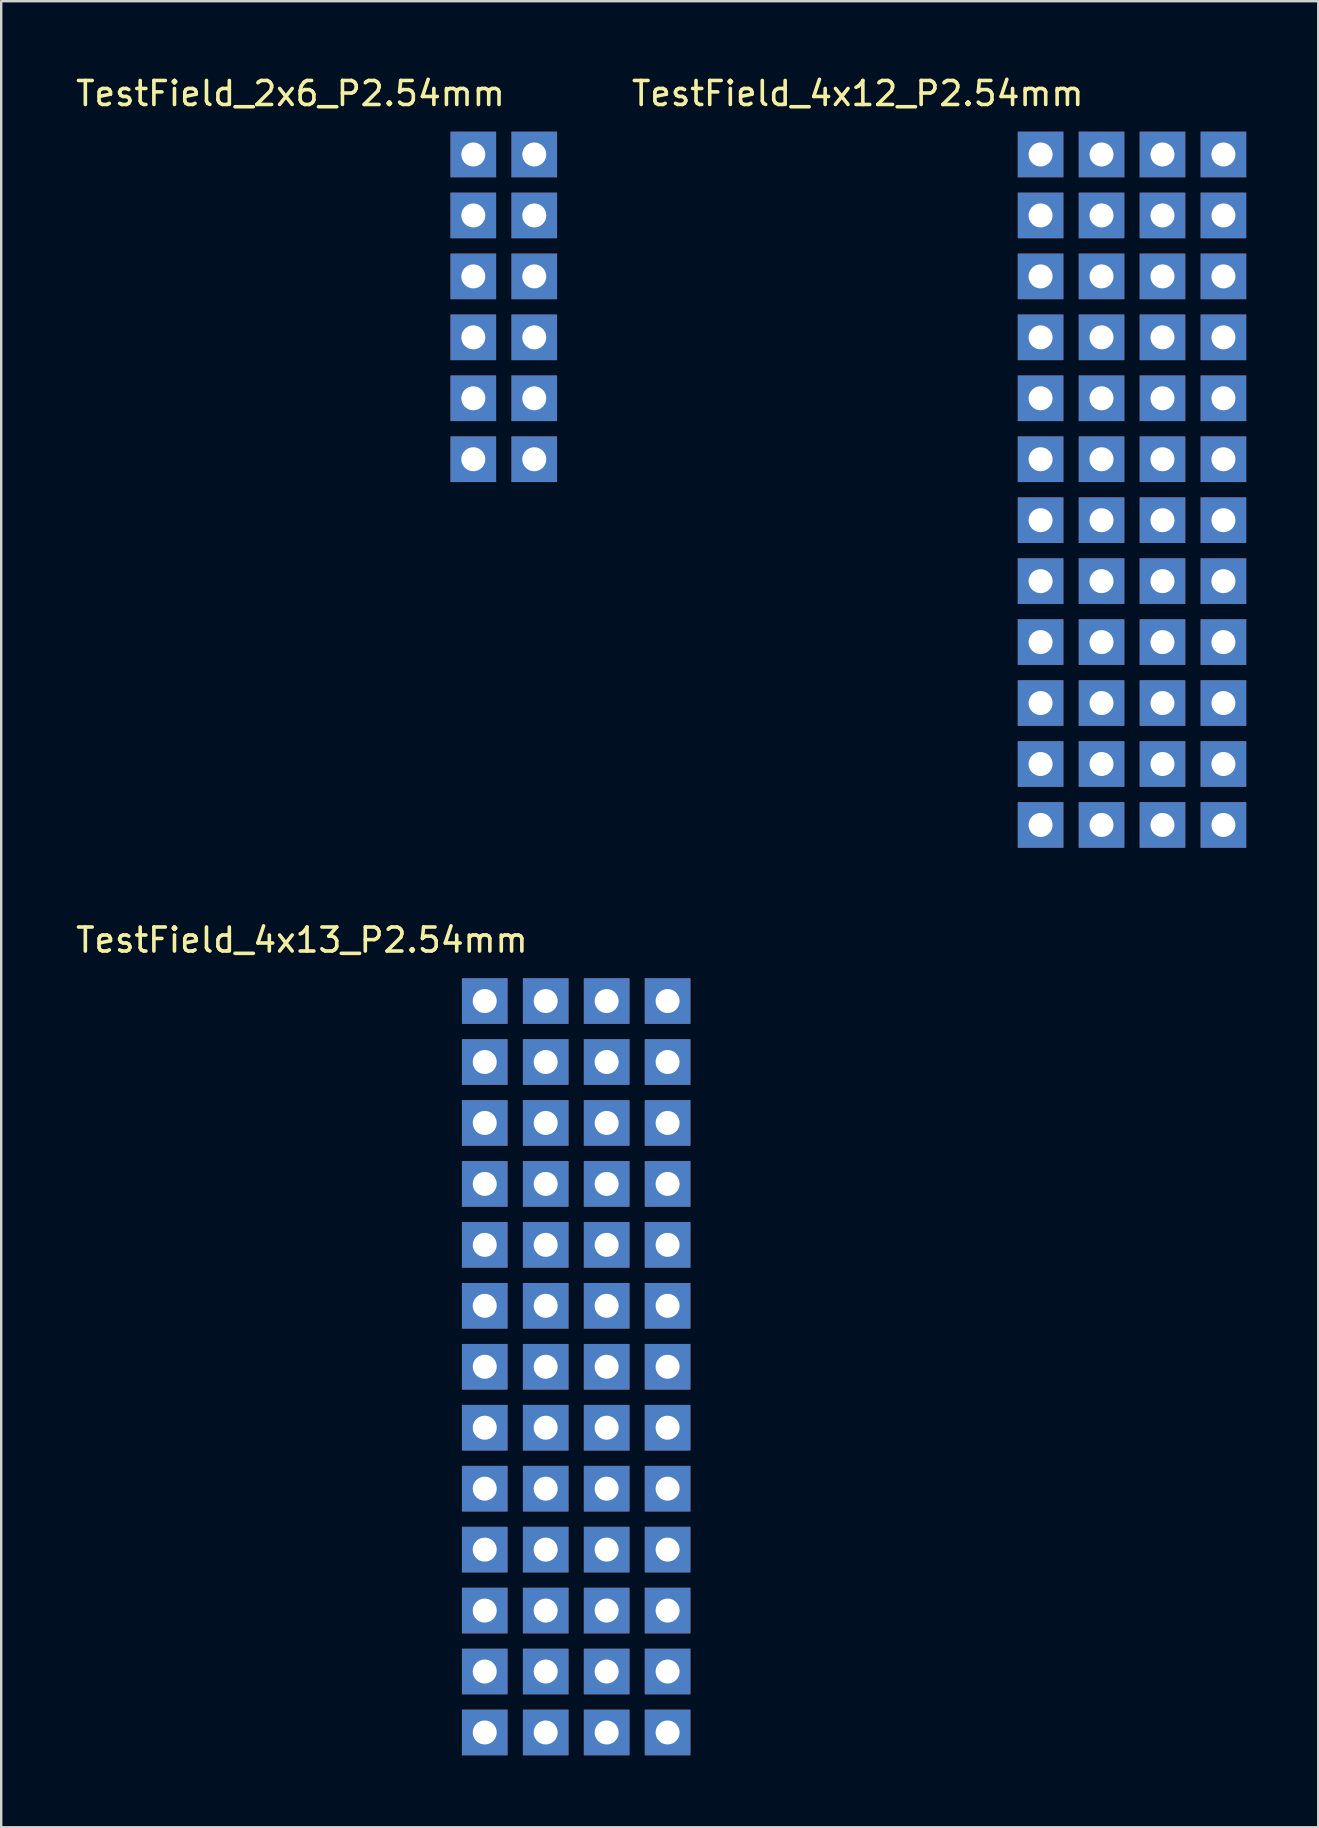
<source format=kicad_pcb>
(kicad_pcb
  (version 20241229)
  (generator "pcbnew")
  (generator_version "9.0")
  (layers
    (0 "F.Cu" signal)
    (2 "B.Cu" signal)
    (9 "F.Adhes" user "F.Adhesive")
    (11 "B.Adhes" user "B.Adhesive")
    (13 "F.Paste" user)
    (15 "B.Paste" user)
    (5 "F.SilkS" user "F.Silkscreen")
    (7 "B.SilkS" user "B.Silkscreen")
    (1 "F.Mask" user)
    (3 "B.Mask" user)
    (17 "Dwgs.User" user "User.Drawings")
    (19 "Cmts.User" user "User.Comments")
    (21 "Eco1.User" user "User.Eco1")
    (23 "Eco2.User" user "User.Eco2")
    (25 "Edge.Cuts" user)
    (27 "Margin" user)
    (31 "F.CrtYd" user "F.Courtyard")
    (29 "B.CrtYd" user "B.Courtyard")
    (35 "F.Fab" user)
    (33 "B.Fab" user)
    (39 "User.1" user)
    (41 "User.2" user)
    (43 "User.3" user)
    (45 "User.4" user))
  (footprint "TestField_4x13_P2.54mm"
    (layer "F.Cu")
    (at 17.15 38.666)
    (property "Reference" "TestField_4x13_P2.54mm" (at -7.62 -2.54 0) (layer "F.SilkS") (effects (font (size 1 1) (thickness 0.15))))
    (attr through_hole)
    (pad "" thru_hole rect (at 0 0) (size 1.9 1.9) (drill 1) (layers "*.Cu" "*.Mask"))
    (pad "" thru_hole rect (at 0 2.54) (size 1.9 1.9) (drill 1) (layers "*.Cu" "*.Mask"))
    (pad "" thru_hole rect (at 0 5.08) (size 1.9 1.9) (drill 1) (layers "*.Cu" "*.Mask"))
    (pad "" thru_hole rect (at 0 7.62) (size 1.9 1.9) (drill 1) (layers "*.Cu" "*.Mask"))
    (pad "" thru_hole rect (at 0 10.16) (size 1.9 1.9) (drill 1) (layers "*.Cu" "*.Mask"))
    (pad "" thru_hole rect (at 0 12.7) (size 1.9 1.9) (drill 1) (layers "*.Cu" "*.Mask"))
    (pad "" thru_hole rect (at 0 15.24) (size 1.9 1.9) (drill 1) (layers "*.Cu" "*.Mask"))
    (pad "" thru_hole rect (at 0 17.78) (size 1.9 1.9) (drill 1) (layers "*.Cu" "*.Mask"))
    (pad "" thru_hole rect (at 0 20.32) (size 1.9 1.9) (drill 1) (layers "*.Cu" "*.Mask"))
    (pad "" thru_hole rect (at 0 22.86) (size 1.9 1.9) (drill 1) (layers "*.Cu" "*.Mask"))
    (pad "" thru_hole rect (at 0 25.4) (size 1.9 1.9) (drill 1) (layers "*.Cu" "*.Mask"))
    (pad "" thru_hole rect (at 0 27.94) (size 1.9 1.9) (drill 1) (layers "*.Cu" "*.Mask"))
    (pad "" thru_hole rect (at 0 30.48) (size 1.9 1.9) (drill 1) (layers "*.Cu" "*.Mask"))
    (pad "" thru_hole rect (at 2.54 0) (size 1.9 1.9) (drill 1) (layers "*.Cu" "*.Mask"))
    (pad "" thru_hole rect (at 2.54 2.54) (size 1.9 1.9) (drill 1) (layers "*.Cu" "*.Mask"))
    (pad "" thru_hole rect (at 2.54 5.08) (size 1.9 1.9) (drill 1) (layers "*.Cu" "*.Mask"))
    (pad "" thru_hole rect (at 2.54 7.62) (size 1.9 1.9) (drill 1) (layers "*.Cu" "*.Mask"))
    (pad "" thru_hole rect (at 2.54 10.16) (size 1.9 1.9) (drill 1) (layers "*.Cu" "*.Mask"))
    (pad "" thru_hole rect (at 2.54 12.7) (size 1.9 1.9) (drill 1) (layers "*.Cu" "*.Mask"))
    (pad "" thru_hole rect (at 2.54 15.24) (size 1.9 1.9) (drill 1) (layers "*.Cu" "*.Mask"))
    (pad "" thru_hole rect (at 2.54 17.78) (size 1.9 1.9) (drill 1) (layers "*.Cu" "*.Mask"))
    (pad "" thru_hole rect (at 2.54 20.32) (size 1.9 1.9) (drill 1) (layers "*.Cu" "*.Mask"))
    (pad "" thru_hole rect (at 2.54 22.86) (size 1.9 1.9) (drill 1) (layers "*.Cu" "*.Mask"))
    (pad "" thru_hole rect (at 2.54 25.4) (size 1.9 1.9) (drill 1) (layers "*.Cu" "*.Mask"))
    (pad "" thru_hole rect (at 2.54 27.94) (size 1.9 1.9) (drill 1) (layers "*.Cu" "*.Mask"))
    (pad "" thru_hole rect (at 2.54 30.48) (size 1.9 1.9) (drill 1) (layers "*.Cu" "*.Mask"))
    (pad "" thru_hole rect (at 5.08 0) (size 1.9 1.9) (drill 1) (layers "*.Cu" "*.Mask"))
    (pad "" thru_hole rect (at 5.08 2.54) (size 1.9 1.9) (drill 1) (layers "*.Cu" "*.Mask"))
    (pad "" thru_hole rect (at 5.08 5.08) (size 1.9 1.9) (drill 1) (layers "*.Cu" "*.Mask"))
    (pad "" thru_hole rect (at 5.08 7.62) (size 1.9 1.9) (drill 1) (layers "*.Cu" "*.Mask"))
    (pad "" thru_hole rect (at 5.08 10.16) (size 1.9 1.9) (drill 1) (layers "*.Cu" "*.Mask"))
    (pad "" thru_hole rect (at 5.08 12.7) (size 1.9 1.9) (drill 1) (layers "*.Cu" "*.Mask"))
    (pad "" thru_hole rect (at 5.08 15.24) (size 1.9 1.9) (drill 1) (layers "*.Cu" "*.Mask"))
    (pad "" thru_hole rect (at 5.08 17.78) (size 1.9 1.9) (drill 1) (layers "*.Cu" "*.Mask"))
    (pad "" thru_hole rect (at 5.08 20.32) (size 1.9 1.9) (drill 1) (layers "*.Cu" "*.Mask"))
    (pad "" thru_hole rect (at 5.08 22.86) (size 1.9 1.9) (drill 1) (layers "*.Cu" "*.Mask"))
    (pad "" thru_hole rect (at 5.08 25.4) (size 1.9 1.9) (drill 1) (layers "*.Cu" "*.Mask"))
    (pad "" thru_hole rect (at 5.08 27.94) (size 1.9 1.9) (drill 1) (layers "*.Cu" "*.Mask"))
    (pad "" thru_hole rect (at 5.08 30.48) (size 1.9 1.9) (drill 1) (layers "*.Cu" "*.Mask"))
    (pad "" thru_hole rect (at 7.62 0) (size 1.9 1.9) (drill 1) (layers "*.Cu" "*.Mask"))
    (pad "" thru_hole rect (at 7.62 2.54) (size 1.9 1.9) (drill 1) (layers "*.Cu" "*.Mask"))
    (pad "" thru_hole rect (at 7.62 5.08) (size 1.9 1.9) (drill 1) (layers "*.Cu" "*.Mask"))
    (pad "" thru_hole rect (at 7.62 7.62) (size 1.9 1.9) (drill 1) (layers "*.Cu" "*.Mask"))
    (pad "" thru_hole rect (at 7.62 10.16) (size 1.9 1.9) (drill 1) (layers "*.Cu" "*.Mask"))
    (pad "" thru_hole rect (at 7.62 12.7) (size 1.9 1.9) (drill 1) (layers "*.Cu" "*.Mask"))
    (pad "" thru_hole rect (at 7.62 15.24) (size 1.9 1.9) (drill 1) (layers "*.Cu" "*.Mask"))
    (pad "" thru_hole rect (at 7.62 17.78) (size 1.9 1.9) (drill 1) (layers "*.Cu" "*.Mask"))
    (pad "" thru_hole rect (at 7.62 20.32) (size 1.9 1.9) (drill 1) (layers "*.Cu" "*.Mask"))
    (pad "" thru_hole rect (at 7.62 22.86) (size 1.9 1.9) (drill 1) (layers "*.Cu" "*.Mask"))
    (pad "" thru_hole rect (at 7.62 25.4) (size 1.9 1.9) (drill 1) (layers "*.Cu" "*.Mask"))
    (pad "" thru_hole rect (at 7.62 27.94) (size 1.9 1.9) (drill 1) (layers "*.Cu" "*.Mask"))
    (pad "" thru_hole rect (at 7.62 30.48) (size 1.9 1.9) (drill 1) (layers "*.Cu" "*.Mask")))
  (footprint "TestField_4x12_P2.54mm"
    (layer "F.Cu")
    (at 40.313 3.388)
    (property "Reference" "TestField_4x12_P2.54mm" (at -7.62 -2.54 0) (layer "F.SilkS") (effects (font (size 1 1) (thickness 0.15))))
    (attr through_hole)
    (pad "" thru_hole rect (at 0 0) (size 1.9 1.9) (drill 1) (layers "*.Cu" "*.Mask"))
    (pad "" thru_hole rect (at 0 2.54) (size 1.9 1.9) (drill 1) (layers "*.Cu" "*.Mask"))
    (pad "" thru_hole rect (at 0 5.08) (size 1.9 1.9) (drill 1) (layers "*.Cu" "*.Mask"))
    (pad "" thru_hole rect (at 0 7.62) (size 1.9 1.9) (drill 1) (layers "*.Cu" "*.Mask"))
    (pad "" thru_hole rect (at 0 10.16) (size 1.9 1.9) (drill 1) (layers "*.Cu" "*.Mask"))
    (pad "" thru_hole rect (at 0 12.7) (size 1.9 1.9) (drill 1) (layers "*.Cu" "*.Mask"))
    (pad "" thru_hole rect (at 0 15.24) (size 1.9 1.9) (drill 1) (layers "*.Cu" "*.Mask"))
    (pad "" thru_hole rect (at 0 17.78) (size 1.9 1.9) (drill 1) (layers "*.Cu" "*.Mask"))
    (pad "" thru_hole rect (at 0 20.32) (size 1.9 1.9) (drill 1) (layers "*.Cu" "*.Mask"))
    (pad "" thru_hole rect (at 0 22.86) (size 1.9 1.9) (drill 1) (layers "*.Cu" "*.Mask"))
    (pad "" thru_hole rect (at 0 25.4) (size 1.9 1.9) (drill 1) (layers "*.Cu" "*.Mask"))
    (pad "" thru_hole rect (at 0 27.94) (size 1.9 1.9) (drill 1) (layers "*.Cu" "*.Mask"))
    (pad "" thru_hole rect (at 2.54 0) (size 1.9 1.9) (drill 1) (layers "*.Cu" "*.Mask"))
    (pad "" thru_hole rect (at 2.54 2.54) (size 1.9 1.9) (drill 1) (layers "*.Cu" "*.Mask"))
    (pad "" thru_hole rect (at 2.54 5.08) (size 1.9 1.9) (drill 1) (layers "*.Cu" "*.Mask"))
    (pad "" thru_hole rect (at 2.54 7.62) (size 1.9 1.9) (drill 1) (layers "*.Cu" "*.Mask"))
    (pad "" thru_hole rect (at 2.54 10.16) (size 1.9 1.9) (drill 1) (layers "*.Cu" "*.Mask"))
    (pad "" thru_hole rect (at 2.54 12.7) (size 1.9 1.9) (drill 1) (layers "*.Cu" "*.Mask"))
    (pad "" thru_hole rect (at 2.54 15.24) (size 1.9 1.9) (drill 1) (layers "*.Cu" "*.Mask"))
    (pad "" thru_hole rect (at 2.54 17.78) (size 1.9 1.9) (drill 1) (layers "*.Cu" "*.Mask"))
    (pad "" thru_hole rect (at 2.54 20.32) (size 1.9 1.9) (drill 1) (layers "*.Cu" "*.Mask"))
    (pad "" thru_hole rect (at 2.54 22.86) (size 1.9 1.9) (drill 1) (layers "*.Cu" "*.Mask"))
    (pad "" thru_hole rect (at 2.54 25.4) (size 1.9 1.9) (drill 1) (layers "*.Cu" "*.Mask"))
    (pad "" thru_hole rect (at 2.54 27.94) (size 1.9 1.9) (drill 1) (layers "*.Cu" "*.Mask"))
    (pad "" thru_hole rect (at 5.08 0) (size 1.9 1.9) (drill 1) (layers "*.Cu" "*.Mask"))
    (pad "" thru_hole rect (at 5.08 2.54) (size 1.9 1.9) (drill 1) (layers "*.Cu" "*.Mask"))
    (pad "" thru_hole rect (at 5.08 5.08) (size 1.9 1.9) (drill 1) (layers "*.Cu" "*.Mask"))
    (pad "" thru_hole rect (at 5.08 7.62) (size 1.9 1.9) (drill 1) (layers "*.Cu" "*.Mask"))
    (pad "" thru_hole rect (at 5.08 10.16) (size 1.9 1.9) (drill 1) (layers "*.Cu" "*.Mask"))
    (pad "" thru_hole rect (at 5.08 12.7) (size 1.9 1.9) (drill 1) (layers "*.Cu" "*.Mask"))
    (pad "" thru_hole rect (at 5.08 15.24) (size 1.9 1.9) (drill 1) (layers "*.Cu" "*.Mask"))
    (pad "" thru_hole rect (at 5.08 17.78) (size 1.9 1.9) (drill 1) (layers "*.Cu" "*.Mask"))
    (pad "" thru_hole rect (at 5.08 20.32) (size 1.9 1.9) (drill 1) (layers "*.Cu" "*.Mask"))
    (pad "" thru_hole rect (at 5.08 22.86) (size 1.9 1.9) (drill 1) (layers "*.Cu" "*.Mask"))
    (pad "" thru_hole rect (at 5.08 25.4) (size 1.9 1.9) (drill 1) (layers "*.Cu" "*.Mask"))
    (pad "" thru_hole rect (at 5.08 27.94) (size 1.9 1.9) (drill 1) (layers "*.Cu" "*.Mask"))
    (pad "" thru_hole rect (at 7.62 0) (size 1.9 1.9) (drill 1) (layers "*.Cu" "*.Mask"))
    (pad "" thru_hole rect (at 7.62 2.54) (size 1.9 1.9) (drill 1) (layers "*.Cu" "*.Mask"))
    (pad "" thru_hole rect (at 7.62 5.08) (size 1.9 1.9) (drill 1) (layers "*.Cu" "*.Mask"))
    (pad "" thru_hole rect (at 7.62 7.62) (size 1.9 1.9) (drill 1) (layers "*.Cu" "*.Mask"))
    (pad "" thru_hole rect (at 7.62 10.16) (size 1.9 1.9) (drill 1) (layers "*.Cu" "*.Mask"))
    (pad "" thru_hole rect (at 7.62 12.7) (size 1.9 1.9) (drill 1) (layers "*.Cu" "*.Mask"))
    (pad "" thru_hole rect (at 7.62 15.24) (size 1.9 1.9) (drill 1) (layers "*.Cu" "*.Mask"))
    (pad "" thru_hole rect (at 7.62 17.78) (size 1.9 1.9) (drill 1) (layers "*.Cu" "*.Mask"))
    (pad "" thru_hole rect (at 7.62 20.32) (size 1.9 1.9) (drill 1) (layers "*.Cu" "*.Mask"))
    (pad "" thru_hole rect (at 7.62 22.86) (size 1.9 1.9) (drill 1) (layers "*.Cu" "*.Mask"))
    (pad "" thru_hole rect (at 7.62 25.4) (size 1.9 1.9) (drill 1) (layers "*.Cu" "*.Mask"))
    (pad "" thru_hole rect (at 7.62 27.94) (size 1.9 1.9) (drill 1) (layers "*.Cu" "*.Mask")))
  (footprint "TestField_2x6_P2.54mm"
    (layer "F.Cu")
    (at 16.674 3.388)
    (property "Reference" "TestField_2x6_P2.54mm" (at -7.62 -2.54 0) (layer "F.SilkS") (effects (font (size 1 1) (thickness 0.15))))
    (attr through_hole)
    (pad "" thru_hole rect (at 0 0) (size 1.9 1.9) (drill 1) (layers "*.Cu" "*.Mask"))
    (pad "" thru_hole rect (at 0 2.54) (size 1.9 1.9) (drill 1) (layers "*.Cu" "*.Mask"))
    (pad "" thru_hole rect (at 0 5.08) (size 1.9 1.9) (drill 1) (layers "*.Cu" "*.Mask"))
    (pad "" thru_hole rect (at 0 7.62) (size 1.9 1.9) (drill 1) (layers "*.Cu" "*.Mask"))
    (pad "" thru_hole rect (at 0 10.16) (size 1.9 1.9) (drill 1) (layers "*.Cu" "*.Mask"))
    (pad "" thru_hole rect (at 0 12.7) (size 1.9 1.9) (drill 1) (layers "*.Cu" "*.Mask"))
    (pad "" thru_hole rect (at 2.54 0) (size 1.9 1.9) (drill 1) (layers "*.Cu" "*.Mask"))
    (pad "" thru_hole rect (at 2.54 2.54) (size 1.9 1.9) (drill 1) (layers "*.Cu" "*.Mask"))
    (pad "" thru_hole rect (at 2.54 5.08) (size 1.9 1.9) (drill 1) (layers "*.Cu" "*.Mask"))
    (pad "" thru_hole rect (at 2.54 7.62) (size 1.9 1.9) (drill 1) (layers "*.Cu" "*.Mask"))
    (pad "" thru_hole rect (at 2.54 10.16) (size 1.9 1.9) (drill 1) (layers "*.Cu" "*.Mask"))
    (pad "" thru_hole rect (at 2.54 12.7) (size 1.9 1.9) (drill 1) (layers "*.Cu" "*.Mask")))
  (gr_rect
    (start -3 -3)
    (end 51.883 73.097)
    (stroke (width 0.1) (type default))
    (fill no)
    (layer "Edge.Cuts")))
</source>
